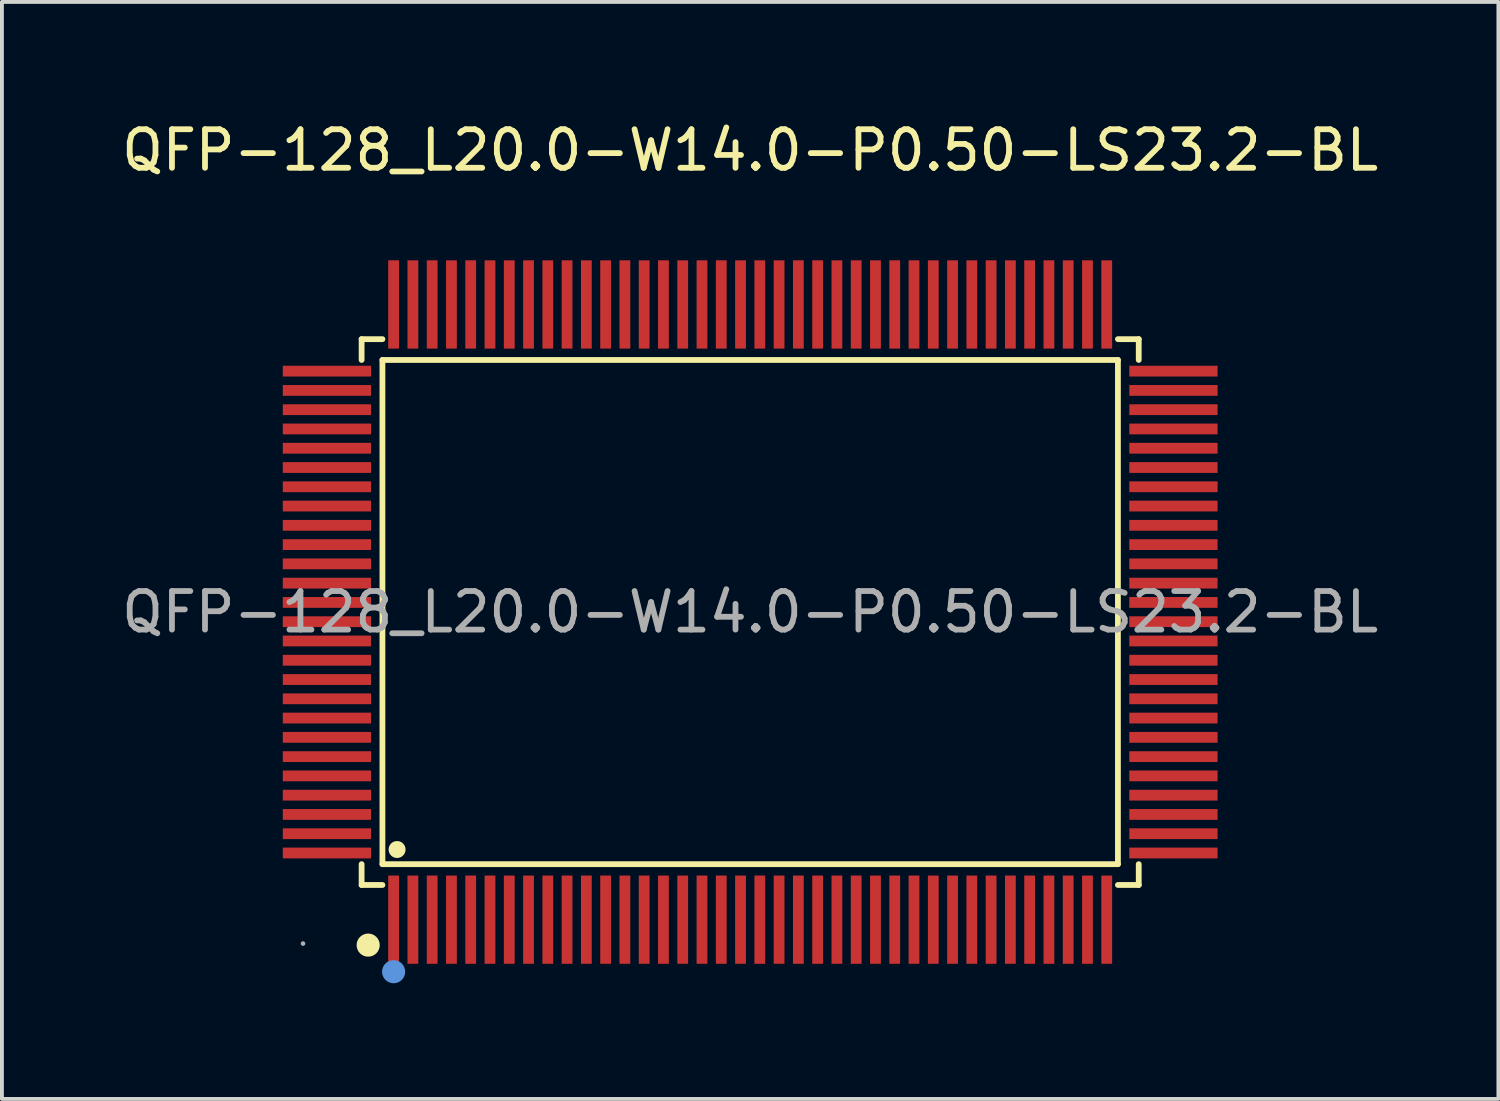
<source format=kicad_pcb>
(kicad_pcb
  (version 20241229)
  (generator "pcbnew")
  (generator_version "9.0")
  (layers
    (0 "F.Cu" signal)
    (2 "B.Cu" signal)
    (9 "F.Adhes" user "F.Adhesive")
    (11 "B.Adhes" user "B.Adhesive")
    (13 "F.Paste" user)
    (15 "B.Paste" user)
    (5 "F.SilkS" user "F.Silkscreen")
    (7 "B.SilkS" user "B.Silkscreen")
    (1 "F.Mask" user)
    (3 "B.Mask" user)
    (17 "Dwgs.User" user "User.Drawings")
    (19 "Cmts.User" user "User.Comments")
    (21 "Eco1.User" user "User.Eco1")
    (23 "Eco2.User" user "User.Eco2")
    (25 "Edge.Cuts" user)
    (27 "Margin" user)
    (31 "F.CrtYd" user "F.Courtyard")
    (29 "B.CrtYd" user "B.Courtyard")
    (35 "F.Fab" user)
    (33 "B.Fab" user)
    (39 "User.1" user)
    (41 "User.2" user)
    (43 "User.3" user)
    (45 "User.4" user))
  (footprint "QFP-128_L20.0-W14.0-P0.50-LS23.2-BL"
    (layer "F.Cu")
    (at 16.411 12.828)
    (property "Reference" "QFP-128_L20.0-W14.0-P0.50-LS23.2-BL" (at 0 -11.98 0) (layer "F.SilkS") (effects (font (size 1 1) (thickness 0.15))))
    (attr through_hole)
    (fp_line (start -10.08 -7.08) (end -10.08 -6.54) (stroke (width 0.15) (type solid)) (layer "F.SilkS"))
    (fp_line (start -10.08 7.08) (end -10.08 6.54) (stroke (width 0.15) (type solid)) (layer "F.SilkS"))
    (fp_line (start -9.54 -7.08) (end -10.08 -7.08) (stroke (width 0.15) (type solid)) (layer "F.SilkS"))
    (fp_line (start -9.54 -6.54) (end 9.54 -6.54) (stroke (width 0.15) (type solid)) (layer "F.SilkS"))
    (fp_line (start -9.54 6.54) (end -9.54 -6.54) (stroke (width 0.15) (type solid)) (layer "F.SilkS"))
    (fp_line (start -9.54 7.08) (end -10.08 7.08) (stroke (width 0.15) (type solid)) (layer "F.SilkS"))
    (fp_line (start 9.54 -7.08) (end 10.08 -7.08) (stroke (width 0.15) (type solid)) (layer "F.SilkS"))
    (fp_line (start 9.54 -6.54) (end 9.54 6.54) (stroke (width 0.15) (type solid)) (layer "F.SilkS"))
    (fp_line (start 9.54 6.54) (end -9.54 6.54) (stroke (width 0.15) (type solid)) (layer "F.SilkS"))
    (fp_line (start 9.54 7.08) (end 10.08 7.08) (stroke (width 0.15) (type solid)) (layer "F.SilkS"))
    (fp_line (start 10.08 -7.08) (end 10.08 -6.54) (stroke (width 0.15) (type solid)) (layer "F.SilkS"))
    (fp_line (start 10.08 7.08) (end 10.08 6.54) (stroke (width 0.15) (type solid)) (layer "F.SilkS"))
    (fp_circle (center -9.91 8.64) (end -9.76 8.64) (stroke (width 0.3) (type solid)) (fill no) (layer "F.SilkS"))
    (fp_circle (center -9.16 6.16) (end -9.05 6.16) (stroke (width 0.22) (type solid)) (fill no) (layer "F.SilkS"))
    (fp_circle (center -9.25 9.33) (end -9.1 9.33) (stroke (width 0.3) (type solid)) (fill no) (layer "Cmts.User"))
    (fp_circle (center -11.6 8.6) (end -11.57 8.6) (stroke (width 0.06) (type solid)) (fill no) (layer "F.Fab"))
    (fp_text user "${REFERENCE}" (at 0 0 0) (layer "F.Fab") (effects (font (size 1 1) (thickness 0.15))))
    (pad "1" smd rect (at -9.25 7.98) (size 0.28 2.29) (layers "F.Cu" "F.Mask" "F.Paste"))
    (pad "2" smd rect (at -8.75 7.98) (size 0.28 2.29) (layers "F.Cu" "F.Mask" "F.Paste"))
    (pad "3" smd rect (at -8.25 7.98) (size 0.28 2.29) (layers "F.Cu" "F.Mask" "F.Paste"))
    (pad "4" smd rect (at -7.75 7.98) (size 0.28 2.29) (layers "F.Cu" "F.Mask" "F.Paste"))
    (pad "5" smd rect (at -7.25 7.98) (size 0.28 2.29) (layers "F.Cu" "F.Mask" "F.Paste"))
    (pad "6" smd rect (at -6.75 7.98) (size 0.28 2.29) (layers "F.Cu" "F.Mask" "F.Paste"))
    (pad "7" smd rect (at -6.25 7.98) (size 0.28 2.29) (layers "F.Cu" "F.Mask" "F.Paste"))
    (pad "8" smd rect (at -5.75 7.98) (size 0.28 2.29) (layers "F.Cu" "F.Mask" "F.Paste"))
    (pad "9" smd rect (at -5.25 7.98) (size 0.28 2.29) (layers "F.Cu" "F.Mask" "F.Paste"))
    (pad "10" smd rect (at -4.75 7.98) (size 0.28 2.29) (layers "F.Cu" "F.Mask" "F.Paste"))
    (pad "11" smd rect (at -4.25 7.98) (size 0.28 2.29) (layers "F.Cu" "F.Mask" "F.Paste"))
    (pad "12" smd rect (at -3.75 7.98) (size 0.28 2.29) (layers "F.Cu" "F.Mask" "F.Paste"))
    (pad "13" smd rect (at -3.25 7.98) (size 0.28 2.29) (layers "F.Cu" "F.Mask" "F.Paste"))
    (pad "14" smd rect (at -2.75 7.98) (size 0.28 2.29) (layers "F.Cu" "F.Mask" "F.Paste"))
    (pad "15" smd rect (at -2.25 7.98) (size 0.28 2.29) (layers "F.Cu" "F.Mask" "F.Paste"))
    (pad "16" smd rect (at -1.75 7.98) (size 0.28 2.29) (layers "F.Cu" "F.Mask" "F.Paste"))
    (pad "17" smd rect (at -1.25 7.98) (size 0.28 2.29) (layers "F.Cu" "F.Mask" "F.Paste"))
    (pad "18" smd rect (at -0.75 7.98) (size 0.28 2.29) (layers "F.Cu" "F.Mask" "F.Paste"))
    (pad "19" smd rect (at -0.25 7.98) (size 0.28 2.29) (layers "F.Cu" "F.Mask" "F.Paste"))
    (pad "20" smd rect (at 0.25 7.98) (size 0.28 2.29) (layers "F.Cu" "F.Mask" "F.Paste"))
    (pad "21" smd rect (at 0.75 7.98) (size 0.28 2.29) (layers "F.Cu" "F.Mask" "F.Paste"))
    (pad "22" smd rect (at 1.25 7.98) (size 0.28 2.29) (layers "F.Cu" "F.Mask" "F.Paste"))
    (pad "23" smd rect (at 1.75 7.98) (size 0.28 2.29) (layers "F.Cu" "F.Mask" "F.Paste"))
    (pad "24" smd rect (at 2.25 7.98) (size 0.28 2.29) (layers "F.Cu" "F.Mask" "F.Paste"))
    (pad "25" smd rect (at 2.75 7.98) (size 0.28 2.29) (layers "F.Cu" "F.Mask" "F.Paste"))
    (pad "26" smd rect (at 3.25 7.98) (size 0.28 2.29) (layers "F.Cu" "F.Mask" "F.Paste"))
    (pad "27" smd rect (at 3.75 7.98) (size 0.28 2.29) (layers "F.Cu" "F.Mask" "F.Paste"))
    (pad "28" smd rect (at 4.25 7.98) (size 0.28 2.29) (layers "F.Cu" "F.Mask" "F.Paste"))
    (pad "29" smd rect (at 4.75 7.98) (size 0.28 2.29) (layers "F.Cu" "F.Mask" "F.Paste"))
    (pad "30" smd rect (at 5.25 7.98) (size 0.28 2.29) (layers "F.Cu" "F.Mask" "F.Paste"))
    (pad "31" smd rect (at 5.75 7.98) (size 0.28 2.29) (layers "F.Cu" "F.Mask" "F.Paste"))
    (pad "32" smd rect (at 6.25 7.98) (size 0.28 2.29) (layers "F.Cu" "F.Mask" "F.Paste"))
    (pad "33" smd rect (at 6.75 7.98) (size 0.28 2.29) (layers "F.Cu" "F.Mask" "F.Paste"))
    (pad "34" smd rect (at 7.25 7.98) (size 0.28 2.29) (layers "F.Cu" "F.Mask" "F.Paste"))
    (pad "35" smd rect (at 7.75 7.98) (size 0.28 2.29) (layers "F.Cu" "F.Mask" "F.Paste"))
    (pad "36" smd rect (at 8.25 7.98) (size 0.28 2.29) (layers "F.Cu" "F.Mask" "F.Paste"))
    (pad "37" smd rect (at 8.75 7.98) (size 0.28 2.29) (layers "F.Cu" "F.Mask" "F.Paste"))
    (pad "38" smd rect (at 9.25 7.98) (size 0.28 2.29) (layers "F.Cu" "F.Mask" "F.Paste"))
    (pad "39" smd rect (at 10.98 6.25) (size 2.29 0.28) (layers "F.Cu" "F.Mask" "F.Paste"))
    (pad "40" smd rect (at 10.98 5.75) (size 2.29 0.28) (layers "F.Cu" "F.Mask" "F.Paste"))
    (pad "41" smd rect (at 10.98 5.25) (size 2.29 0.28) (layers "F.Cu" "F.Mask" "F.Paste"))
    (pad "42" smd rect (at 10.98 4.75) (size 2.29 0.28) (layers "F.Cu" "F.Mask" "F.Paste"))
    (pad "43" smd rect (at 10.98 4.25) (size 2.29 0.28) (layers "F.Cu" "F.Mask" "F.Paste"))
    (pad "44" smd rect (at 10.98 3.75) (size 2.29 0.28) (layers "F.Cu" "F.Mask" "F.Paste"))
    (pad "45" smd rect (at 10.98 3.25) (size 2.29 0.28) (layers "F.Cu" "F.Mask" "F.Paste"))
    (pad "46" smd rect (at 10.98 2.75) (size 2.29 0.28) (layers "F.Cu" "F.Mask" "F.Paste"))
    (pad "47" smd rect (at 10.98 2.25) (size 2.29 0.28) (layers "F.Cu" "F.Mask" "F.Paste"))
    (pad "48" smd rect (at 10.98 1.75) (size 2.29 0.28) (layers "F.Cu" "F.Mask" "F.Paste"))
    (pad "49" smd rect (at 10.98 1.25) (size 2.29 0.28) (layers "F.Cu" "F.Mask" "F.Paste"))
    (pad "50" smd rect (at 10.98 0.75) (size 2.29 0.28) (layers "F.Cu" "F.Mask" "F.Paste"))
    (pad "51" smd rect (at 10.98 0.25) (size 2.29 0.28) (layers "F.Cu" "F.Mask" "F.Paste"))
    (pad "52" smd rect (at 10.98 -0.25) (size 2.29 0.28) (layers "F.Cu" "F.Mask" "F.Paste"))
    (pad "53" smd rect (at 10.98 -0.75) (size 2.29 0.28) (layers "F.Cu" "F.Mask" "F.Paste"))
    (pad "54" smd rect (at 10.98 -1.25) (size 2.29 0.28) (layers "F.Cu" "F.Mask" "F.Paste"))
    (pad "55" smd rect (at 10.98 -1.75) (size 2.29 0.28) (layers "F.Cu" "F.Mask" "F.Paste"))
    (pad "56" smd rect (at 10.98 -2.25) (size 2.29 0.28) (layers "F.Cu" "F.Mask" "F.Paste"))
    (pad "57" smd rect (at 10.98 -2.75) (size 2.29 0.28) (layers "F.Cu" "F.Mask" "F.Paste"))
    (pad "58" smd rect (at 10.98 -3.25) (size 2.29 0.28) (layers "F.Cu" "F.Mask" "F.Paste"))
    (pad "59" smd rect (at 10.98 -3.75) (size 2.29 0.28) (layers "F.Cu" "F.Mask" "F.Paste"))
    (pad "60" smd rect (at 10.98 -4.25) (size 2.29 0.28) (layers "F.Cu" "F.Mask" "F.Paste"))
    (pad "61" smd rect (at 10.98 -4.75) (size 2.29 0.28) (layers "F.Cu" "F.Mask" "F.Paste"))
    (pad "62" smd rect (at 10.98 -5.25) (size 2.29 0.28) (layers "F.Cu" "F.Mask" "F.Paste"))
    (pad "63" smd rect (at 10.98 -5.75) (size 2.29 0.28) (layers "F.Cu" "F.Mask" "F.Paste"))
    (pad "64" smd rect (at 10.98 -6.25) (size 2.29 0.28) (layers "F.Cu" "F.Mask" "F.Paste"))
    (pad "65" smd rect (at 9.25 -7.98) (size 0.28 2.29) (layers "F.Cu" "F.Mask" "F.Paste"))
    (pad "66" smd rect (at 8.75 -7.98) (size 0.28 2.29) (layers "F.Cu" "F.Mask" "F.Paste"))
    (pad "67" smd rect (at 8.25 -7.98) (size 0.28 2.29) (layers "F.Cu" "F.Mask" "F.Paste"))
    (pad "68" smd rect (at 7.75 -7.98) (size 0.28 2.29) (layers "F.Cu" "F.Mask" "F.Paste"))
    (pad "69" smd rect (at 7.25 -7.98) (size 0.28 2.29) (layers "F.Cu" "F.Mask" "F.Paste"))
    (pad "70" smd rect (at 6.75 -7.98) (size 0.28 2.29) (layers "F.Cu" "F.Mask" "F.Paste"))
    (pad "71" smd rect (at 6.25 -7.98) (size 0.28 2.29) (layers "F.Cu" "F.Mask" "F.Paste"))
    (pad "72" smd rect (at 5.75 -7.98) (size 0.28 2.29) (layers "F.Cu" "F.Mask" "F.Paste"))
    (pad "73" smd rect (at 5.25 -7.98) (size 0.28 2.29) (layers "F.Cu" "F.Mask" "F.Paste"))
    (pad "74" smd rect (at 4.75 -7.98) (size 0.28 2.29) (layers "F.Cu" "F.Mask" "F.Paste"))
    (pad "75" smd rect (at 4.25 -7.98) (size 0.28 2.29) (layers "F.Cu" "F.Mask" "F.Paste"))
    (pad "76" smd rect (at 3.75 -7.98) (size 0.28 2.29) (layers "F.Cu" "F.Mask" "F.Paste"))
    (pad "77" smd rect (at 3.25 -7.98) (size 0.28 2.29) (layers "F.Cu" "F.Mask" "F.Paste"))
    (pad "78" smd rect (at 2.75 -7.98) (size 0.28 2.29) (layers "F.Cu" "F.Mask" "F.Paste"))
    (pad "79" smd rect (at 2.25 -7.98) (size 0.28 2.29) (layers "F.Cu" "F.Mask" "F.Paste"))
    (pad "80" smd rect (at 1.75 -7.98) (size 0.28 2.29) (layers "F.Cu" "F.Mask" "F.Paste"))
    (pad "81" smd rect (at 1.25 -7.98) (size 0.28 2.29) (layers "F.Cu" "F.Mask" "F.Paste"))
    (pad "82" smd rect (at 0.75 -7.98) (size 0.28 2.29) (layers "F.Cu" "F.Mask" "F.Paste"))
    (pad "83" smd rect (at 0.25 -7.98) (size 0.28 2.29) (layers "F.Cu" "F.Mask" "F.Paste"))
    (pad "84" smd rect (at -0.25 -7.98) (size 0.28 2.29) (layers "F.Cu" "F.Mask" "F.Paste"))
    (pad "85" smd rect (at -0.75 -7.98) (size 0.28 2.29) (layers "F.Cu" "F.Mask" "F.Paste"))
    (pad "86" smd rect (at -1.25 -7.98) (size 0.28 2.29) (layers "F.Cu" "F.Mask" "F.Paste"))
    (pad "87" smd rect (at -1.75 -7.98) (size 0.28 2.29) (layers "F.Cu" "F.Mask" "F.Paste"))
    (pad "88" smd rect (at -2.25 -7.98) (size 0.28 2.29) (layers "F.Cu" "F.Mask" "F.Paste"))
    (pad "89" smd rect (at -2.75 -7.98) (size 0.28 2.29) (layers "F.Cu" "F.Mask" "F.Paste"))
    (pad "90" smd rect (at -3.25 -7.98) (size 0.28 2.29) (layers "F.Cu" "F.Mask" "F.Paste"))
    (pad "91" smd rect (at -3.75 -7.98) (size 0.28 2.29) (layers "F.Cu" "F.Mask" "F.Paste"))
    (pad "92" smd rect (at -4.25 -7.98) (size 0.28 2.29) (layers "F.Cu" "F.Mask" "F.Paste"))
    (pad "93" smd rect (at -4.75 -7.98) (size 0.28 2.29) (layers "F.Cu" "F.Mask" "F.Paste"))
    (pad "94" smd rect (at -5.25 -7.98) (size 0.28 2.29) (layers "F.Cu" "F.Mask" "F.Paste"))
    (pad "95" smd rect (at -5.75 -7.98) (size 0.28 2.29) (layers "F.Cu" "F.Mask" "F.Paste"))
    (pad "96" smd rect (at -6.25 -7.98) (size 0.28 2.29) (layers "F.Cu" "F.Mask" "F.Paste"))
    (pad "97" smd rect (at -6.75 -7.98) (size 0.28 2.29) (layers "F.Cu" "F.Mask" "F.Paste"))
    (pad "98" smd rect (at -7.25 -7.98) (size 0.28 2.29) (layers "F.Cu" "F.Mask" "F.Paste"))
    (pad "99" smd rect (at -7.75 -7.98) (size 0.28 2.29) (layers "F.Cu" "F.Mask" "F.Paste"))
    (pad "100" smd rect (at -8.25 -7.98) (size 0.28 2.29) (layers "F.Cu" "F.Mask" "F.Paste"))
    (pad "101" smd rect (at -8.75 -7.98) (size 0.28 2.29) (layers "F.Cu" "F.Mask" "F.Paste"))
    (pad "102" smd rect (at -9.25 -7.98) (size 0.28 2.29) (layers "F.Cu" "F.Mask" "F.Paste"))
    (pad "103" smd rect (at -10.98 -6.25) (size 2.29 0.28) (layers "F.Cu" "F.Mask" "F.Paste"))
    (pad "104" smd rect (at -10.98 -5.75) (size 2.29 0.28) (layers "F.Cu" "F.Mask" "F.Paste"))
    (pad "105" smd rect (at -10.98 -5.25) (size 2.29 0.28) (layers "F.Cu" "F.Mask" "F.Paste"))
    (pad "106" smd rect (at -10.98 -4.75) (size 2.29 0.28) (layers "F.Cu" "F.Mask" "F.Paste"))
    (pad "107" smd rect (at -10.98 -4.25) (size 2.29 0.28) (layers "F.Cu" "F.Mask" "F.Paste"))
    (pad "108" smd rect (at -10.98 -3.75) (size 2.29 0.28) (layers "F.Cu" "F.Mask" "F.Paste"))
    (pad "109" smd rect (at -10.98 -3.25) (size 2.29 0.28) (layers "F.Cu" "F.Mask" "F.Paste"))
    (pad "110" smd rect (at -10.98 -2.75) (size 2.29 0.28) (layers "F.Cu" "F.Mask" "F.Paste"))
    (pad "111" smd rect (at -10.98 -2.25) (size 2.29 0.28) (layers "F.Cu" "F.Mask" "F.Paste"))
    (pad "112" smd rect (at -10.98 -1.75) (size 2.29 0.28) (layers "F.Cu" "F.Mask" "F.Paste"))
    (pad "113" smd rect (at -10.98 -1.25) (size 2.29 0.28) (layers "F.Cu" "F.Mask" "F.Paste"))
    (pad "114" smd rect (at -10.98 -0.75) (size 2.29 0.28) (layers "F.Cu" "F.Mask" "F.Paste"))
    (pad "115" smd rect (at -10.98 -0.25) (size 2.29 0.28) (layers "F.Cu" "F.Mask" "F.Paste"))
    (pad "116" smd rect (at -10.98 0.25) (size 2.29 0.28) (layers "F.Cu" "F.Mask" "F.Paste"))
    (pad "117" smd rect (at -10.98 0.75) (size 2.29 0.28) (layers "F.Cu" "F.Mask" "F.Paste"))
    (pad "118" smd rect (at -10.98 1.25) (size 2.29 0.28) (layers "F.Cu" "F.Mask" "F.Paste"))
    (pad "119" smd rect (at -10.98 1.75) (size 2.29 0.28) (layers "F.Cu" "F.Mask" "F.Paste"))
    (pad "120" smd rect (at -10.98 2.25) (size 2.29 0.28) (layers "F.Cu" "F.Mask" "F.Paste"))
    (pad "121" smd rect (at -10.98 2.75) (size 2.29 0.28) (layers "F.Cu" "F.Mask" "F.Paste"))
    (pad "122" smd rect (at -10.98 3.25) (size 2.29 0.28) (layers "F.Cu" "F.Mask" "F.Paste"))
    (pad "123" smd rect (at -10.98 3.75) (size 2.29 0.28) (layers "F.Cu" "F.Mask" "F.Paste"))
    (pad "124" smd rect (at -10.98 4.25) (size 2.29 0.28) (layers "F.Cu" "F.Mask" "F.Paste"))
    (pad "125" smd rect (at -10.98 4.75) (size 2.29 0.28) (layers "F.Cu" "F.Mask" "F.Paste"))
    (pad "126" smd rect (at -10.98 5.25) (size 2.29 0.28) (layers "F.Cu" "F.Mask" "F.Paste"))
    (pad "127" smd rect (at -10.98 5.75) (size 2.29 0.28) (layers "F.Cu" "F.Mask" "F.Paste"))
    (pad "128" smd rect (at -10.98 6.25) (size 2.29 0.28) (layers "F.Cu" "F.Mask" "F.Paste")))
  (gr_rect
    (start -3 -3)
    (end 35.821 25.458)
    (stroke (width 0.1) (type default))
    (fill no)
    (layer "Edge.Cuts")))
</source>
